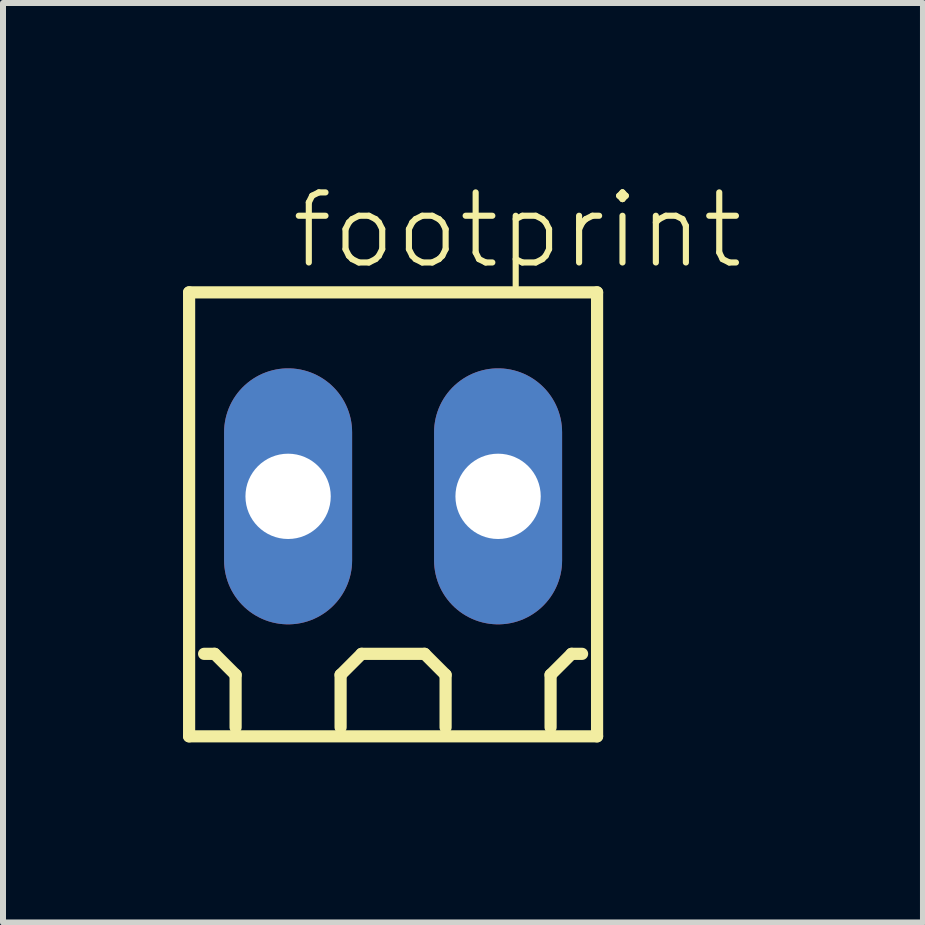
<source format=kicad_pcb>
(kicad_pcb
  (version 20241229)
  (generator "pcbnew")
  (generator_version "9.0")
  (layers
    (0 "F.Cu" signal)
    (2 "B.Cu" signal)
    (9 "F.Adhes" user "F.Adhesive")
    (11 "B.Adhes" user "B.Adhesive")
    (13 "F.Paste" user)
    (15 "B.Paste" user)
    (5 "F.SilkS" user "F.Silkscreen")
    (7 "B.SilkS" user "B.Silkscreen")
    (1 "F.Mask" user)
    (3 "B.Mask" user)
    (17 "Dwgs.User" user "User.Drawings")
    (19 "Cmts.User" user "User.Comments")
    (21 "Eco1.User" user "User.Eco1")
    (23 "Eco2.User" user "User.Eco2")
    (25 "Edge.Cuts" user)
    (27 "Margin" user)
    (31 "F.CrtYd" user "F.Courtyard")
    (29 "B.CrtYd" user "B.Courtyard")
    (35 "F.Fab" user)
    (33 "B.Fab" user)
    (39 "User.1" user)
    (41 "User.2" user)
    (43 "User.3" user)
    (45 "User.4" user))
  (footprint "footprint"
    (layer "F.Cu")
    (at 3.502 5.223)
    (property "Reference" "footprint" (at -1.75 -3.75 0) (layer "F.SilkS") (effects (font (size 1.168 1.168) (thickness 0.102)) (justify left bottom)))
    (fp_line (start -3.4 -3.4) (end 3.4 -3.4) (stroke (width 0.203) (type solid)) (layer "F.SilkS"))
    (fp_line (start -3.4 4) (end -3.4 -3.4) (stroke (width 0.203) (type solid)) (layer "F.SilkS"))
    (fp_line (start -2.975 2.625) (end -3.15 2.625) (stroke (width 0.203) (type solid)) (layer "F.SilkS"))
    (fp_line (start -2.625 2.975) (end -2.975 2.625) (stroke (width 0.203) (type solid)) (layer "F.SilkS"))
    (fp_line (start -2.625 3.85) (end -2.625 2.975) (stroke (width 0.203) (type solid)) (layer "F.SilkS"))
    (fp_line (start -0.875 2.975) (end -0.525 2.625) (stroke (width 0.203) (type solid)) (layer "F.SilkS"))
    (fp_line (start -0.875 3.85) (end -0.875 2.975) (stroke (width 0.203) (type solid)) (layer "F.SilkS"))
    (fp_line (start -0.525 2.625) (end 0.525 2.625) (stroke (width 0.203) (type solid)) (layer "F.SilkS"))
    (fp_line (start 0.525 2.625) (end 0.875 2.975) (stroke (width 0.203) (type solid)) (layer "F.SilkS"))
    (fp_line (start 0.875 2.975) (end 0.875 3.85) (stroke (width 0.203) (type solid)) (layer "F.SilkS"))
    (fp_line (start 2.625 2.975) (end 2.975 2.625) (stroke (width 0.203) (type solid)) (layer "F.SilkS"))
    (fp_line (start 2.625 3.85) (end 2.625 2.975) (stroke (width 0.203) (type solid)) (layer "F.SilkS"))
    (fp_line (start 2.975 2.625) (end 3.15 2.625) (stroke (width 0.203) (type solid)) (layer "F.SilkS"))
    (fp_line (start 3.4 -3.4) (end 3.4 4) (stroke (width 0.203) (type solid)) (layer "F.SilkS"))
    (fp_line (start 3.4 4) (end -3.4 4) (stroke (width 0.203) (type solid)) (layer "F.SilkS"))
    (pad "1" thru_hole oval (at -1.75 0 90) (size 4.267 2.134) (drill 1.422) (layers "*.Cu" "*.Mask"))
    (pad "2" thru_hole oval (at 1.75 0 90) (size 4.267 2.134) (drill 1.422) (layers "*.Cu" "*.Mask")))
  (gr_rect
    (start -3 -3)
    (end 12.334 12.325)
    (stroke (width 0.1) (type default))
    (fill no)
    (layer "Edge.Cuts")))
</source>
